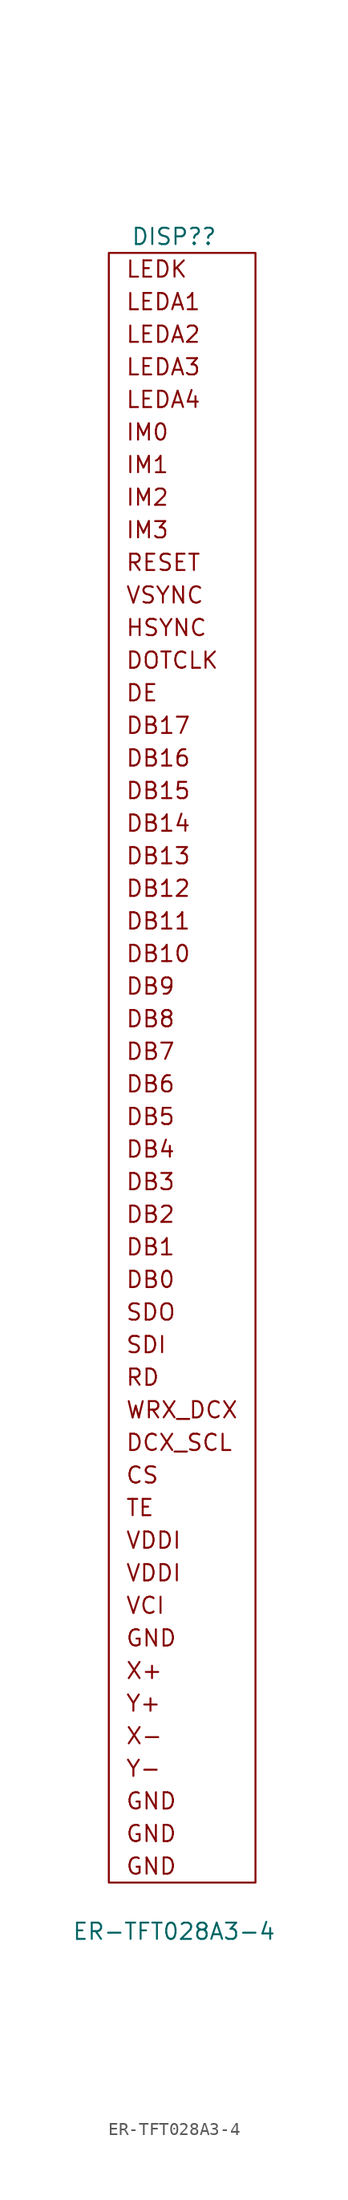
<source format=kicad_sym>
(kicad_symbol_lib
  (version 20211014)
  (generator kicad_symbol_editor)
  (symbol "ER-TFT028A3-4"
    (pin_names
      (offset 1.016))
    (property "Reference" "DISP?"
      (at 0 64.77 0)
      (effects (font (size 1.27 1.27))))
    (property "Value" "ER-TFT028A3-4"
      (at 0 -67.31 0)
      (effects (font (size 1.27 1.27))))
    (symbol "ER-TFT028A3-4_0_0"
      (text "CS" (at -3.81 -31.75 0) (effects (font (size 1.27 1.27)) (justify left)))
      (text "DB0" (at -3.81 -16.51 0) (effects (font (size 1.27 1.27)) (justify left)))
      (text "DB1" (at -3.81 -13.97 0) (effects (font (size 1.27 1.27)) (justify left)))
      (text "DB10" (at -3.81 8.89 0) (effects (font (size 1.27 1.27)) (justify left)))
      (text "DB11" (at -3.81 11.43 0) (effects (font (size 1.27 1.27)) (justify left)))
      (text "DB12" (at -3.81 13.97 0) (effects (font (size 1.27 1.27)) (justify left)))
      (text "DB13" (at -3.81 16.51 0) (effects (font (size 1.27 1.27)) (justify left)))
      (text "DB14" (at -3.81 19.05 0) (effects (font (size 1.27 1.27)) (justify left)))
      (text "DB15" (at -3.81 21.59 0) (effects (font (size 1.27 1.27)) (justify left)))
      (text "DB16" (at -3.81 24.13 0) (effects (font (size 1.27 1.27)) (justify left)))
      (text "DB17" (at -3.81 26.67 0) (effects (font (size 1.27 1.27)) (justify left)))
      (text "DB2" (at -3.81 -11.43 0) (effects (font (size 1.27 1.27)) (justify left)))
      (text "DB3" (at -3.81 -8.89 0) (effects (font (size 1.27 1.27)) (justify left)))
      (text "DB4" (at -3.81 -6.35 0) (effects (font (size 1.27 1.27)) (justify left)))
      (text "DB5" (at -3.81 -3.81 0) (effects (font (size 1.27 1.27)) (justify left)))
      (text "DB6" (at -3.81 -1.27 0) (effects (font (size 1.27 1.27)) (justify left)))
      (text "DB7" (at -3.81 1.27 0) (effects (font (size 1.27 1.27)) (justify left)))
      (text "DB8" (at -3.81 3.81 0) (effects (font (size 1.27 1.27)) (justify left)))
      (text "DB9" (at -3.81 6.35 0) (effects (font (size 1.27 1.27)) (justify left)))
      (text "DCX_SCL" (at -3.81 -29.21 0) (effects (font (size 1.27 1.27)) (justify left)))
      (text "DE" (at -3.81 29.21 0) (effects (font (size 1.27 1.27)) (justify left)))
      (text "DOTCLK" (at -3.81 31.75 0) (effects (font (size 1.27 1.27)) (justify left)))
      (text "GND" (at -3.81 -62.23 0) (effects (font (size 1.27 1.27)) (justify left)))
      (text "GND" (at -3.81 -59.69 0) (effects (font (size 1.27 1.27)) (justify left)))
      (text "GND" (at -3.81 -57.15 0) (effects (font (size 1.27 1.27)) (justify left)))
      (text "GND" (at -3.81 -44.45 0) (effects (font (size 1.27 1.27)) (justify left)))
      (text "HSYNC" (at -3.81 34.29 0) (effects (font (size 1.27 1.27)) (justify left)))
      (text "IM0" (at -3.81 49.53 0) (effects (font (size 1.27 1.27)) (justify left)))
      (text "IM1" (at -3.81 46.99 0) (effects (font (size 1.27 1.27)) (justify left)))
      (text "IM2" (at -3.81 44.45 0) (effects (font (size 1.27 1.27)) (justify left)))
      (text "IM3" (at -3.81 41.91 0) (effects (font (size 1.27 1.27)) (justify left)))
      (text "LEDA1" (at -3.81 59.69 0) (effects (font (size 1.27 1.27)) (justify left)))
      (text "LEDA2" (at -3.81 57.15 0) (effects (font (size 1.27 1.27)) (justify left)))
      (text "LEDA3" (at -3.81 54.61 0) (effects (font (size 1.27 1.27)) (justify left)))
      (text "LEDA4" (at -3.81 52.07 0) (effects (font (size 1.27 1.27)) (justify left)))
      (text "LEDK" (at -3.81 62.23 0) (effects (font (size 1.27 1.27)) (justify left)))
      (text "RD" (at -3.81 -24.13 0) (effects (font (size 1.27 1.27)) (justify left)))
      (text "RESET" (at -3.81 39.37 0) (effects (font (size 1.27 1.27)) (justify left)))
      (text "SDI" (at -3.81 -21.59 0) (effects (font (size 1.27 1.27)) (justify left)))
      (text "SDO" (at -3.81 -19.05 0) (effects (font (size 1.27 1.27)) (justify left)))
      (text "TE" (at -3.81 -34.29 0) (effects (font (size 1.27 1.27)) (justify left)))
      (text "VCI" (at -3.81 -41.91 0) (effects (font (size 1.27 1.27)) (justify left)))
      (text "VDDI" (at -3.81 -39.37 0) (effects (font (size 1.27 1.27)) (justify left)))
      (text "VDDI" (at -3.81 -36.83 0) (effects (font (size 1.27 1.27)) (justify left)))
      (text "VSYNC" (at -3.81 36.83 0) (effects (font (size 1.27 1.27)) (justify left)))
      (text "WRX_DCX" (at -3.81 -26.67 0) (effects (font (size 1.27 1.27)) (justify left)))
      (text "X+" (at -3.81 -46.99 0) (effects (font (size 1.27 1.27)) (justify left)))
      (text "X-" (at -3.81 -52.07 0) (effects (font (size 1.27 1.27)) (justify left)))
      (text "Y+" (at -3.81 -49.53 0) (effects (font (size 1.27 1.27)) (justify left)))
      (text "Y-" (at -3.81 -54.61 0) (effects (font (size 1.27 1.27)) (justify left))))
    (symbol "ER-TFT028A3-4_0_1"
      (rectangle (start -5.08 63.5) (end 6.35 -63.5) (stroke (width 0) (type default) (color 0 0 0 0)) (fill (type none))))))
</source>
